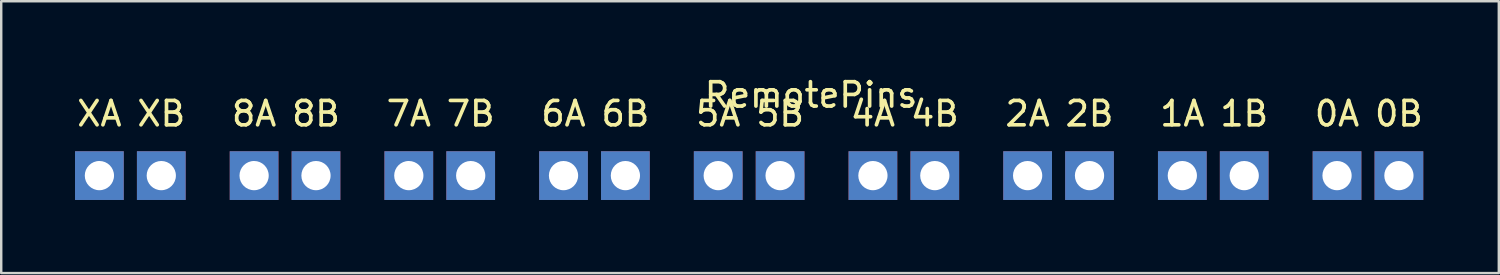
<source format=kicad_pcb>
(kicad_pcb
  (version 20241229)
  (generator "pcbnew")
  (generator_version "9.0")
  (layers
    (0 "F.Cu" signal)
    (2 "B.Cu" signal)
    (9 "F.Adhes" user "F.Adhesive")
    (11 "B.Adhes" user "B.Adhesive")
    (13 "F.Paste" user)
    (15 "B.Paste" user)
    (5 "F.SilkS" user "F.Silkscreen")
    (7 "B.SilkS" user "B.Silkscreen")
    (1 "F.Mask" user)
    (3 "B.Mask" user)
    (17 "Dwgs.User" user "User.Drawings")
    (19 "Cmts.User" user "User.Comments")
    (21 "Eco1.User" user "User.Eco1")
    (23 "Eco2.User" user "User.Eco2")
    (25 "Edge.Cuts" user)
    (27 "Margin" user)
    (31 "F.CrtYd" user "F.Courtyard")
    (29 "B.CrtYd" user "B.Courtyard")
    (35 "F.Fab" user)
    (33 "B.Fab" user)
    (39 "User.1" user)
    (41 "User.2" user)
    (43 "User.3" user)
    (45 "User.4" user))
  (footprint "RemotePins"
    (layer "F.Cu")
    (at 30.24 0.348)
    (property "Reference" "RemotePins" (at 0 0.5 0) (layer "F.SilkS") (effects (font (size 1 1) (thickness 0.15))))
    (attr through_hole)
    (fp_text user "2A" (at 8.89 1.27 0) (layer "F.SilkS") (effects (font (size 1 1) (thickness 0.15))))
    (fp_text user "7A" (at -16.51 1.27 0) (layer "F.SilkS") (effects (font (size 1 1) (thickness 0.15))))
    (fp_text user "1A" (at 15.24 1.27 0) (layer "F.SilkS") (effects (font (size 1 1) (thickness 0.15))))
    (fp_text user "8A" (at -22.86 1.27 0) (layer "F.SilkS") (effects (font (size 1 1) (thickness 0.15))))
    (fp_text user "XB" (at -26.67 1.27 0) (layer "F.SilkS") (effects (font (size 1 1) (thickness 0.15))))
    (fp_text user "6A" (at -10.16 1.27 0) (layer "F.SilkS") (effects (font (size 1 1) (thickness 0.15))))
    (fp_text user "5A" (at -3.81 1.27 0) (layer "F.SilkS") (effects (font (size 1 1) (thickness 0.15))))
    (fp_text user "8B" (at -20.32 1.27 0) (layer "F.SilkS") (effects (font (size 1 1) (thickness 0.15))))
    (fp_text user "4B" (at 5.08 1.27 0) (layer "F.SilkS") (effects (font (size 1 1) (thickness 0.15))))
    (fp_text user "0A" (at 21.59 1.27 0) (layer "F.SilkS") (effects (font (size 1 1) (thickness 0.15))))
    (fp_text user "0B" (at 24.13 1.27 0) (layer "F.SilkS") (effects (font (size 1 1) (thickness 0.15))))
    (fp_text user "2B" (at 11.43 1.27 0) (layer "F.SilkS") (effects (font (size 1 1) (thickness 0.15))))
    (fp_text user "1B" (at 17.78 1.27 0) (layer "F.SilkS") (effects (font (size 1 1) (thickness 0.15))))
    (fp_text user "7B" (at -13.97 1.27 0) (layer "F.SilkS") (effects (font (size 1 1) (thickness 0.15))))
    (fp_text user "4A" (at 2.54 1.27 0) (layer "F.SilkS") (effects (font (size 1 1) (thickness 0.15))))
    (fp_text user "6B" (at -7.62 1.27 0) (layer "F.SilkS") (effects (font (size 1 1) (thickness 0.15))))
    (fp_text user "5B" (at -1.27 1.27 0) (layer "F.SilkS") (effects (font (size 1 1) (thickness 0.15))))
    (fp_text user "XA" (at -29.21 1.27 180) (layer "F.SilkS") (effects (font (size 1 1) (thickness 0.15))))
    (pad "0A" thru_hole rect (at 21.59 3.81 90) (size 2 2) (drill 1.2) (layers "*.Cu" "*.Mask"))
    (pad "0B" thru_hole rect (at 24.13 3.81 90) (size 2 2) (drill 1.2) (layers "*.Cu" "*.Mask"))
    (pad "1A" thru_hole rect (at 15.24 3.81 90) (size 2 2) (drill 1.2) (layers "*.Cu" "*.Mask"))
    (pad "1B" thru_hole rect (at 17.78 3.81 90) (size 2 2) (drill 1.2) (layers "*.Cu" "*.Mask"))
    (pad "2A" thru_hole rect (at 8.89 3.81 90) (size 2 2) (drill 1.2) (layers "*.Cu" "*.Mask"))
    (pad "2B" thru_hole rect (at 11.43 3.81 90) (size 2 2) (drill 1.2) (layers "*.Cu" "*.Mask"))
    (pad "4A" thru_hole rect (at 2.54 3.81 90) (size 2 2) (drill 1.2) (layers "*.Cu" "*.Mask"))
    (pad "4B" thru_hole rect (at 5.08 3.81 90) (size 2 2) (drill 1.2) (layers "*.Cu" "*.Mask"))
    (pad "5A" thru_hole rect (at -3.81 3.81 270) (size 2 2) (drill 1.2) (layers "*.Cu" "*.Mask"))
    (pad "5B" thru_hole rect (at -1.27 3.81 270) (size 2 2) (drill 1.2) (layers "*.Cu" "*.Mask"))
    (pad "6A" thru_hole rect (at -10.16 3.81 270) (size 2 2) (drill 1.2) (layers "*.Cu" "*.Mask"))
    (pad "6B" thru_hole rect (at -7.62 3.81 270) (size 2 2) (drill 1.2) (layers "*.Cu" "*.Mask"))
    (pad "7A" thru_hole rect (at -16.51 3.81 270) (size 2 2) (drill 1.2) (layers "*.Cu" "*.Mask"))
    (pad "7B" thru_hole rect (at -13.97 3.81 270) (size 2 2) (drill 1.2) (layers "*.Cu" "*.Mask"))
    (pad "8A" thru_hole rect (at -22.86 3.81 270) (size 2 2) (drill 1.2) (layers "*.Cu" "*.Mask"))
    (pad "8B" thru_hole rect (at -20.32 3.81 270) (size 2 2) (drill 1.2) (layers "*.Cu" "*.Mask"))
    (pad "XA" thru_hole rect (at -29.21 3.81 270) (size 2 2) (drill 1.2) (layers "*.Cu" "*.Mask"))
    (pad "XB" thru_hole rect (at -26.67 3.81 270) (size 2 2) (drill 1.2) (layers "*.Cu" "*.Mask")))
  (gr_rect
    (start -3 -3)
    (end 58.471 8.158)
    (stroke (width 0.1) (type default))
    (fill no)
    (layer "Edge.Cuts")))
</source>
